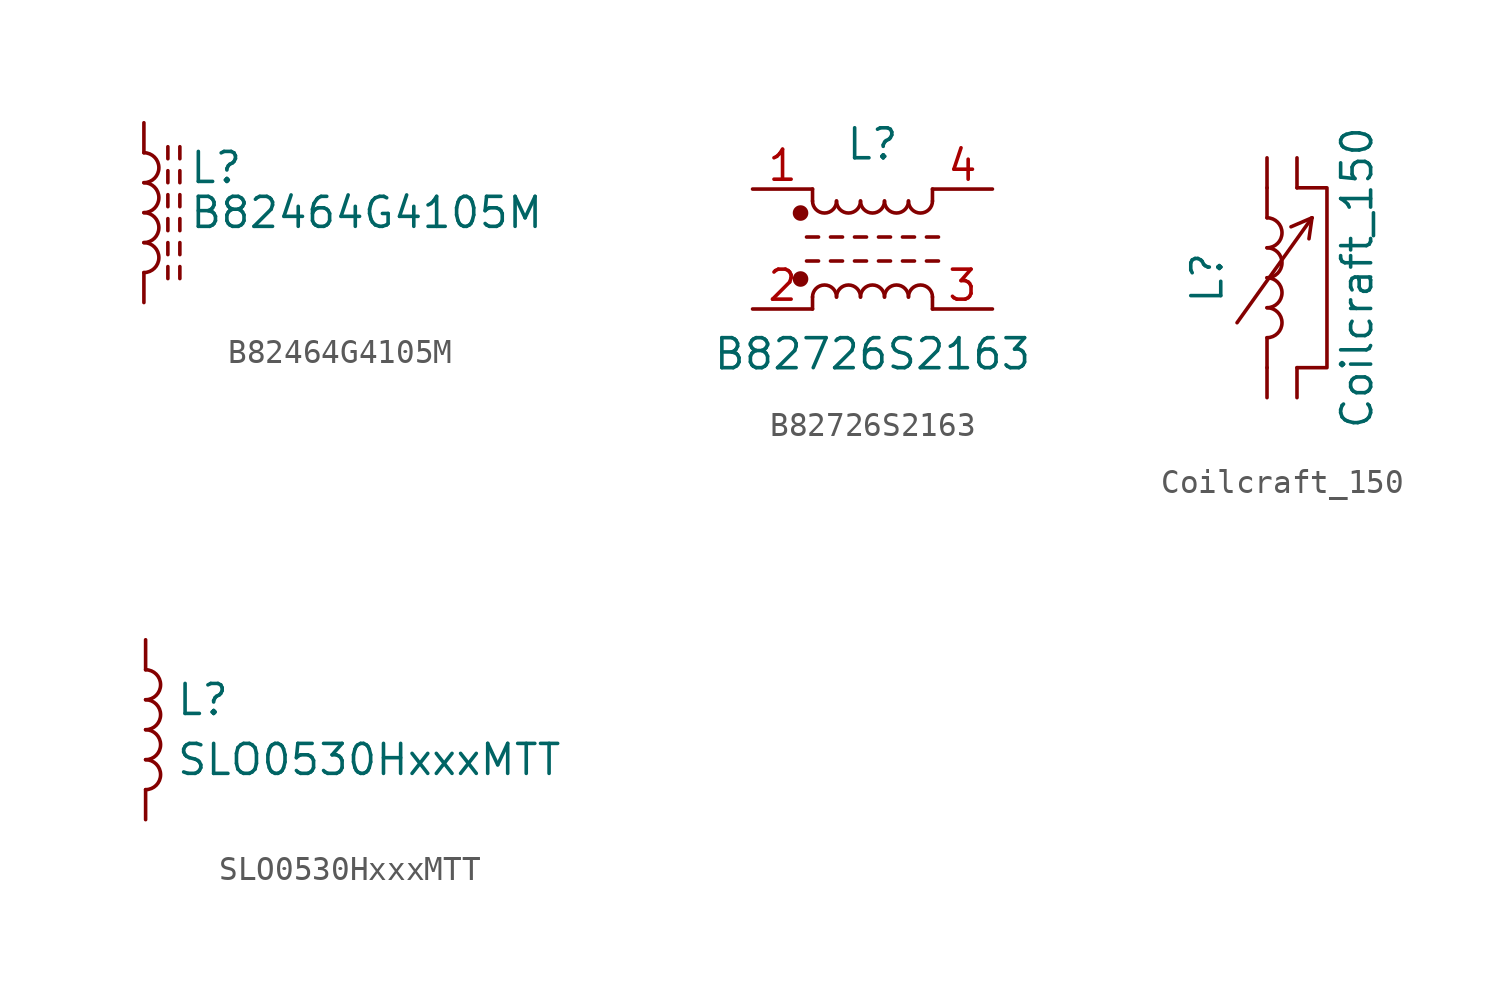
<source format=kicad_sym>
(kicad_symbol_lib
  (version 20211014)
  (generator kicad_symbol_editor)
  (symbol "B82464G4105M"
    (pin_numbers hide)
    (pin_names
      (offset 0) hide)
    (property "Reference" "L"
      (at 1.905 1.905 0)
      (effects (font (size 1.27 1.27)) (justify left)))
    (property "Value" "B82464G4105M"
      (at 1.905 0 0)
      (effects (font (size 1.27 1.27)) (justify left)))
    (symbol "B82464G4105M_1_1"
      (arc (start 0 -2.54) (mid 0.635 -1.905) (end 0 -1.27) (stroke (width 0) (type default) (color 0 0 0 0)) (fill (type none)))
      (arc (start 0 -1.27) (mid 0.635 -0.635) (end 0 0) (stroke (width 0) (type default) (color 0 0 0 0)) (fill (type none)))
      (polyline (pts (xy 1.016 -2.794) (xy 1.016 -2.286)) (stroke (width 0) (type default) (color 0 0 0 0)) (fill (type none)))
      (polyline (pts (xy 1.016 -1.778) (xy 1.016 -1.27)) (stroke (width 0) (type default) (color 0 0 0 0)) (fill (type none)))
      (polyline (pts (xy 1.016 -0.762) (xy 1.016 -0.254)) (stroke (width 0) (type default) (color 0 0 0 0)) (fill (type none)))
      (polyline (pts (xy 1.016 0.254) (xy 1.016 0.762)) (stroke (width 0) (type default) (color 0 0 0 0)) (fill (type none)))
      (polyline (pts (xy 1.016 1.27) (xy 1.016 1.778)) (stroke (width 0) (type default) (color 0 0 0 0)) (fill (type none)))
      (polyline (pts (xy 1.016 2.286) (xy 1.016 2.794)) (stroke (width 0) (type default) (color 0 0 0 0)) (fill (type none)))
      (polyline (pts (xy 1.524 -2.286) (xy 1.524 -2.794)) (stroke (width 0) (type default) (color 0 0 0 0)) (fill (type none)))
      (polyline (pts (xy 1.524 -1.27) (xy 1.524 -1.778)) (stroke (width 0) (type default) (color 0 0 0 0)) (fill (type none)))
      (polyline (pts (xy 1.524 -0.254) (xy 1.524 -0.762)) (stroke (width 0) (type default) (color 0 0 0 0)) (fill (type none)))
      (polyline (pts (xy 1.524 0.762) (xy 1.524 0.254)) (stroke (width 0) (type default) (color 0 0 0 0)) (fill (type none)))
      (polyline (pts (xy 1.524 1.778) (xy 1.524 1.27)) (stroke (width 0) (type default) (color 0 0 0 0)) (fill (type none)))
      (polyline (pts (xy 1.524 2.794) (xy 1.524 2.286)) (stroke (width 0) (type default) (color 0 0 0 0)) (fill (type none)))
      (arc (start 0 0) (mid 0.635 0.635) (end 0 1.27) (stroke (width 0) (type default) (color 0 0 0 0)) (fill (type none)))
      (arc (start 0 1.27) (mid 0.635 1.905) (end 0 2.54) (stroke (width 0) (type default) (color 0 0 0 0)) (fill (type none)))
      (pin passive line (at 0 3.81 270) (length 1.27) (name "1" (effects (font (size 1.27 1.27)))) (number "1" (effects (font (size 1.27 1.27)))))
      (pin passive line (at 0 -3.81 90) (length 1.27) (name "2" (effects (font (size 1.27 1.27)))) (number "2" (effects (font (size 1.27 1.27)))))))
  (symbol "B82726S2163"
    (pin_names
      (offset 1.016) hide)
    (property "Reference" "L"
      (at 0 4.445 0)
      (effects (font (size 1.27 1.27))))
    (property "Value" "B82726S2163"
      (at 0 -4.445 0)
      (effects (font (size 1.27 1.27))))
    (symbol "B82726S2163_1_1"
      (circle (center -3.048 -1.27) (radius 0.254) (stroke (width 0) (type default) (color 0 0 0 0)) (fill (type outline)))
      (circle (center -3.048 1.524) (radius 0.254) (stroke (width 0) (type default) (color 0 0 0 0)) (fill (type outline)))
      (arc (start -2.54 2.032) (mid -2.032 1.524) (end -1.524 2.032) (stroke (width 0) (type default) (color 0 0 0 0)) (fill (type none)))
      (arc (start -1.524 -2.032) (mid -2.032 -1.524) (end -2.54 -2.032) (stroke (width 0) (type default) (color 0 0 0 0)) (fill (type none)))
      (arc (start -1.524 2.032) (mid -1.016 1.524) (end -0.508 2.032) (stroke (width 0) (type default) (color 0 0 0 0)) (fill (type none)))
      (arc (start -0.508 -2.032) (mid -1.016 -1.524) (end -1.524 -2.032) (stroke (width 0) (type default) (color 0 0 0 0)) (fill (type none)))
      (arc (start -0.508 2.032) (mid 0 1.524) (end 0.508 2.032) (stroke (width 0) (type default) (color 0 0 0 0)) (fill (type none)))
      (polyline (pts (xy -2.794 -0.508) (xy -2.286 -0.508)) (stroke (width 0) (type default) (color 0 0 0 0)) (fill (type none)))
      (polyline (pts (xy -2.794 0.508) (xy -2.286 0.508)) (stroke (width 0) (type default) (color 0 0 0 0)) (fill (type none)))
      (polyline (pts (xy -2.54 -2.032) (xy -2.54 -2.54)) (stroke (width 0) (type default) (color 0 0 0 0)) (fill (type none)))
      (polyline (pts (xy -2.54 2.032) (xy -2.54 2.54)) (stroke (width 0) (type default) (color 0 0 0 0)) (fill (type none)))
      (polyline (pts (xy -1.778 -0.508) (xy -1.27 -0.508)) (stroke (width 0) (type default) (color 0 0 0 0)) (fill (type none)))
      (polyline (pts (xy -1.778 0.508) (xy -1.27 0.508)) (stroke (width 0) (type default) (color 0 0 0 0)) (fill (type none)))
      (polyline (pts (xy -0.762 -0.508) (xy -0.254 -0.508)) (stroke (width 0) (type default) (color 0 0 0 0)) (fill (type none)))
      (polyline (pts (xy -0.762 0.508) (xy -0.254 0.508)) (stroke (width 0) (type default) (color 0 0 0 0)) (fill (type none)))
      (polyline (pts (xy 0.254 -0.508) (xy 0.762 -0.508)) (stroke (width 0) (type default) (color 0 0 0 0)) (fill (type none)))
      (polyline (pts (xy 0.254 0.508) (xy 0.762 0.508)) (stroke (width 0) (type default) (color 0 0 0 0)) (fill (type none)))
      (polyline (pts (xy 1.27 -0.508) (xy 1.778 -0.508)) (stroke (width 0) (type default) (color 0 0 0 0)) (fill (type none)))
      (polyline (pts (xy 1.27 0.508) (xy 1.778 0.508)) (stroke (width 0) (type default) (color 0 0 0 0)) (fill (type none)))
      (polyline (pts (xy 2.286 -0.508) (xy 2.794 -0.508)) (stroke (width 0) (type default) (color 0 0 0 0)) (fill (type none)))
      (polyline (pts (xy 2.286 0.508) (xy 2.794 0.508)) (stroke (width 0) (type default) (color 0 0 0 0)) (fill (type none)))
      (polyline (pts (xy 2.54 -2.032) (xy 2.54 -2.54)) (stroke (width 0) (type default) (color 0 0 0 0)) (fill (type none)))
      (polyline (pts (xy 2.54 2.54) (xy 2.54 2.032)) (stroke (width 0) (type default) (color 0 0 0 0)) (fill (type none)))
      (arc (start 0.508 -2.032) (mid 0 -1.524) (end -0.508 -2.032) (stroke (width 0) (type default) (color 0 0 0 0)) (fill (type none)))
      (arc (start 0.508 2.032) (mid 1.016 1.524) (end 1.524 2.032) (stroke (width 0) (type default) (color 0 0 0 0)) (fill (type none)))
      (arc (start 1.524 -2.032) (mid 1.016 -1.524) (end 0.508 -2.032) (stroke (width 0) (type default) (color 0 0 0 0)) (fill (type none)))
      (arc (start 1.524 2.032) (mid 2.032 1.524) (end 2.54 2.032) (stroke (width 0) (type default) (color 0 0 0 0)) (fill (type none)))
      (arc (start 2.54 -2.032) (mid 2.032 -1.524) (end 1.524 -2.032) (stroke (width 0) (type default) (color 0 0 0 0)) (fill (type none)))
      (pin passive line (at -5.08 2.54 0) (length 2.54) (name "~" (effects (font (size 1.27 1.27)))) (number "1" (effects (font (size 1.27 1.27)))))
      (pin passive line (at -5.08 -2.54 0) (length 2.54) (name "~" (effects (font (size 1.27 1.27)))) (number "2" (effects (font (size 1.27 1.27)))))
      (pin passive line (at 5.08 -2.54 180) (length 2.54) (name "~" (effects (font (size 1.27 1.27)))) (number "3" (effects (font (size 1.27 1.27)))))
      (pin passive line (at 5.08 2.54 180) (length 2.54) (name "~" (effects (font (size 1.27 1.27)))) (number "4" (effects (font (size 1.27 1.27)))))))
  (symbol "Coilcraft_150"
    (pin_numbers hide)
    (pin_names
      (offset 1.016))
    (property "Reference" "L"
      (at -2.54 0 90)
      (effects (font (size 1.27 1.27))))
    (property "Value" "Coilcraft_150"
      (at 3.81 0 90)
      (effects (font (size 1.27 1.27))))
    (symbol "Coilcraft_150_0_1"
      (polyline (pts (xy 0 -3.81) (xy 0 -2.54)) (stroke (width 0) (type default) (color 0 0 0 0)) (fill (type none)))
      (polyline (pts (xy 0 2.54) (xy 0 3.81)) (stroke (width 0) (type default) (color 0 0 0 0)) (fill (type none)))
      (polyline (pts (xy 1.27 3.81) (xy 2.54 3.81) (xy 2.54 -3.81) (xy 1.27 -3.81)) (stroke (width 0) (type default) (color 0 0 0 0)) (fill (type none))))
    (symbol "Coilcraft_150_1_1"
      (arc (start 0 -2.54) (mid 0.635 -1.905) (end 0 -1.27) (stroke (width 0) (type default) (color 0 0 0 0)) (fill (type none)))
      (arc (start 0 -1.27) (mid 0.635 -0.635) (end 0 0) (stroke (width 0) (type default) (color 0 0 0 0)) (fill (type none)))
      (polyline (pts (xy -1.27 -1.905) (xy 1.905 2.54)) (stroke (width 0) (type default) (color 0 0 0 0)) (fill (type none)))
      (polyline (pts (xy 1.905 2.54) (xy 1.016 2.159)) (stroke (width 0) (type default) (color 0 0 0 0)) (fill (type none)))
      (polyline (pts (xy 1.905 2.54) (xy 1.778 1.651)) (stroke (width 0) (type default) (color 0 0 0 0)) (fill (type none)))
      (arc (start 0 0) (mid 0.635 0.635) (end 0 1.27) (stroke (width 0) (type default) (color 0 0 0 0)) (fill (type none)))
      (arc (start 0 1.27) (mid 0.635 1.905) (end 0 2.54) (stroke (width 0) (type default) (color 0 0 0 0)) (fill (type none)))
      (pin passive line (at 0 5.08 270) (length 1.27) (name "~" (effects (font (size 1.27 1.27)))) (number "1" (effects (font (size 1.27 1.27)))))
      (pin passive line (at 0 -5.08 90) (length 1.27) (name "~" (effects (font (size 1.27 1.27)))) (number "2" (effects (font (size 1.27 1.27)))))
      (pin passive line (at 1.27 5.08 270) (length 1.27) (name "~" (effects (font (size 1.27 1.27)))) (number "3" (effects (font (size 1.27 1.27)))))
      (pin passive line (at 1.27 -5.08 90) (length 1.27) (name "~" (effects (font (size 1.27 1.27)))) (number "4" (effects (font (size 1.27 1.27)))))))
  (symbol "SLO0530HxxxMTT"
    (pin_numbers hide)
    (pin_names hide)
    (property "Reference" "L"
      (at 1.27 1.27 0)
      (effects (font (size 1.27 1.27)) (justify left)))
    (property "Value" "SLO0530HxxxMTT"
      (at 1.27 -1.27 0)
      (effects (font (size 1.27 1.27)) (justify left)))
    (symbol "SLO0530HxxxMTT_0_1"
      (arc (start 0 -2.54) (mid 0.635 -1.905) (end 0 -1.27) (stroke (width 0) (type default) (color 0 0 0 0)) (fill (type none)))
      (arc (start 0 -1.27) (mid 0.635 -0.635) (end 0 0) (stroke (width 0) (type default) (color 0 0 0 0)) (fill (type none)))
      (arc (start 0 0) (mid 0.635 0.635) (end 0 1.27) (stroke (width 0) (type default) (color 0 0 0 0)) (fill (type none)))
      (arc (start 0 1.27) (mid 0.635 1.905) (end 0 2.54) (stroke (width 0) (type default) (color 0 0 0 0)) (fill (type none))))
    (symbol "SLO0530HxxxMTT_1_1"
      (pin passive line (at 0 3.81 270) (length 1.27) (name "1" (effects (font (size 1.27 1.27)))) (number "1" (effects (font (size 0.635 0.635)))))
      (pin passive line (at 0 -3.81 90) (length 1.27) (name "2" (effects (font (size 1.27 1.27)))) (number "2" (effects (font (size 0.635 0.635))))))))
</source>
